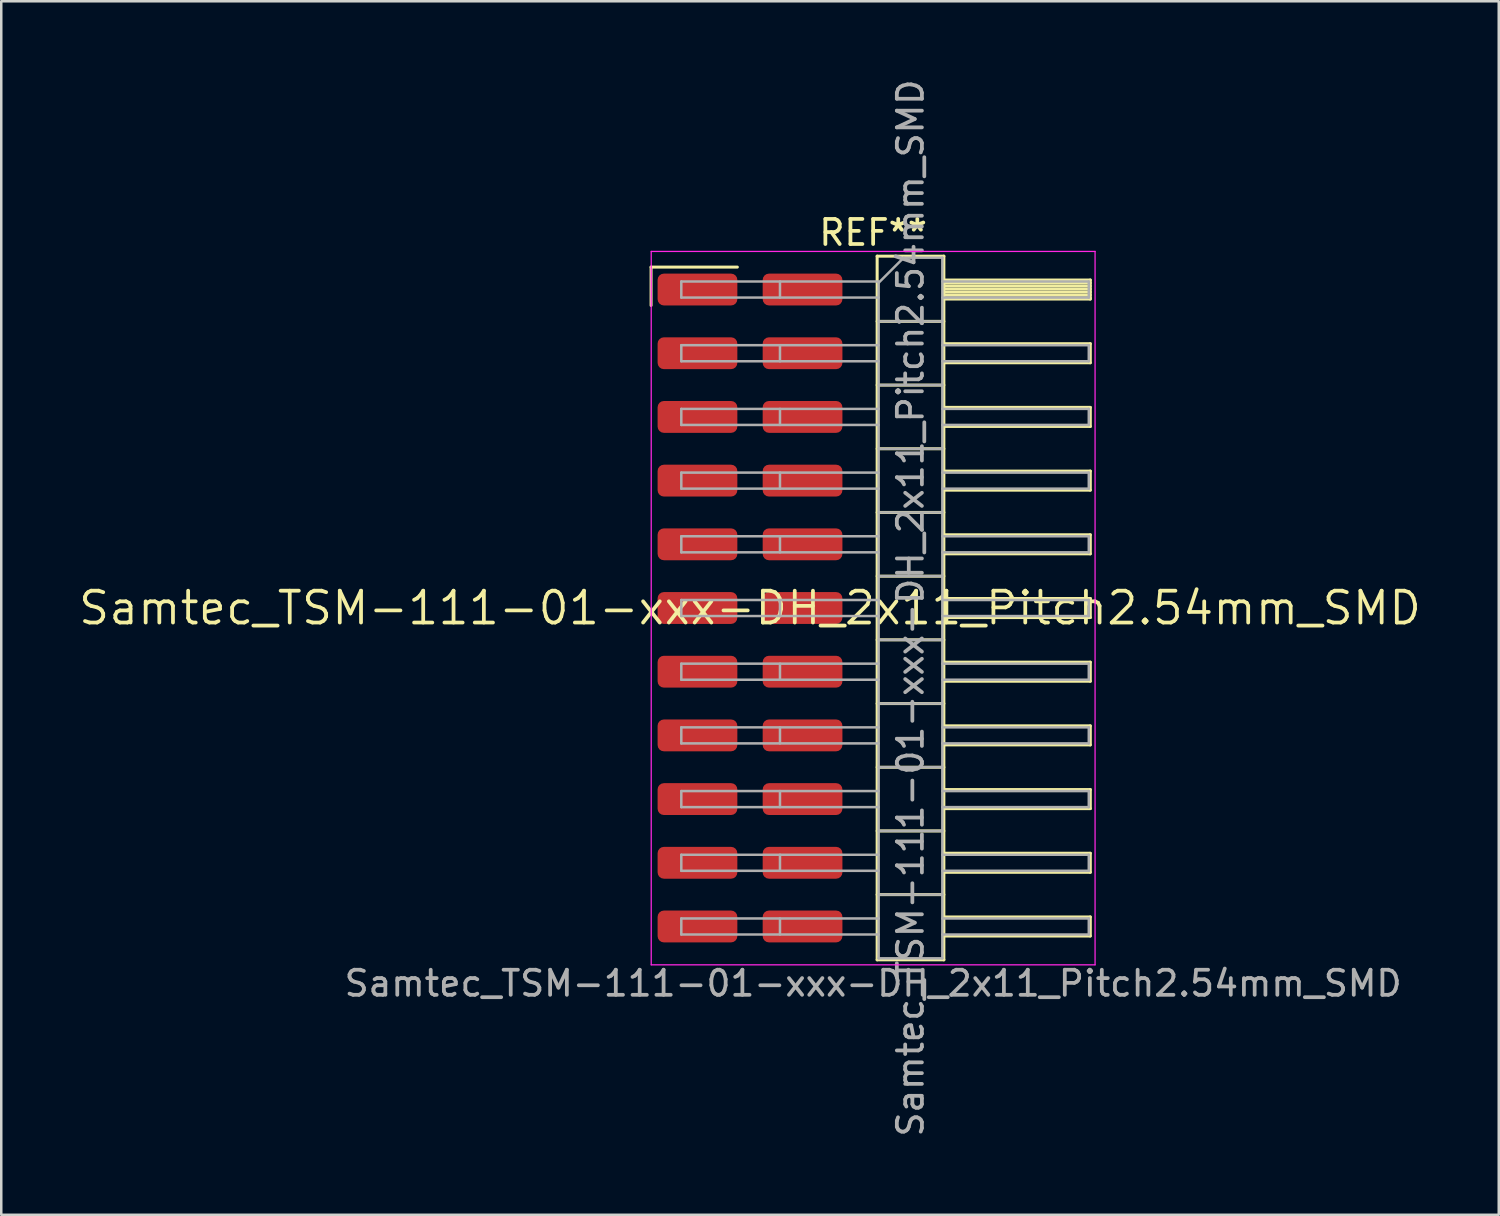
<source format=kicad_pcb>
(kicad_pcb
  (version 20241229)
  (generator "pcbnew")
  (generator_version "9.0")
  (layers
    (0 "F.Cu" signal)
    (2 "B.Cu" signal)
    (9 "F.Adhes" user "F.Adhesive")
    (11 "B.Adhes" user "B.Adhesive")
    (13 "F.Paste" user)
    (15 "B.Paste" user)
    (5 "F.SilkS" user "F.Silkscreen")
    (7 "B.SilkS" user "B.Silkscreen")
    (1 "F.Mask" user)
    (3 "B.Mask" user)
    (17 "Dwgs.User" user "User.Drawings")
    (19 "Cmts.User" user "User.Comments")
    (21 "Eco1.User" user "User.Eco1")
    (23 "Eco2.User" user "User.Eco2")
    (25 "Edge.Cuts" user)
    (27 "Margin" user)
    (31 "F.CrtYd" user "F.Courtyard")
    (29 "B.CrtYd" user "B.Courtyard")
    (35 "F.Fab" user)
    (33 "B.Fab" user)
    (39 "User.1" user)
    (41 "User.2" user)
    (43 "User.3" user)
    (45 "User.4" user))
  (footprint "Samtec_TSM-111-01-xxx-DH_2x11_Pitch2.54mm_SMD"
    (layer "F.Cu")
    (at 26.859 21.196)
    (property "Reference" "Samtec_TSM-111-01-xxx-DH_2x11_Pitch2.54mm_SMD" (at 0 0 0) (layer "F.SilkS") (effects (font (size 1.27 1.27) (thickness 0.15))))
    (attr smd)
    (fp_line (start -3.945 -13.595) (end -0.505 -13.595) (stroke (width 0.12) (type solid)) (layer "F.SilkS"))
    (fp_line (start -3.945 -12.065) (end -3.945 -13.595) (stroke (width 0.12) (type solid)) (layer "F.SilkS"))
    (fp_line (start 5.07 -14.03) (end 7.73 -14.03) (stroke (width 0.12) (type solid)) (layer "F.SilkS"))
    (fp_line (start 5.07 -11.43) (end 7.73 -11.43) (stroke (width 0.12) (type solid)) (layer "F.SilkS"))
    (fp_line (start 5.07 -8.89) (end 7.73 -8.89) (stroke (width 0.12) (type solid)) (layer "F.SilkS"))
    (fp_line (start 5.07 -6.35) (end 7.73 -6.35) (stroke (width 0.12) (type solid)) (layer "F.SilkS"))
    (fp_line (start 5.07 -3.81) (end 7.73 -3.81) (stroke (width 0.12) (type solid)) (layer "F.SilkS"))
    (fp_line (start 5.07 -1.27) (end 7.73 -1.27) (stroke (width 0.12) (type solid)) (layer "F.SilkS"))
    (fp_line (start 5.07 1.27) (end 7.73 1.27) (stroke (width 0.12) (type solid)) (layer "F.SilkS"))
    (fp_line (start 5.07 3.81) (end 7.73 3.81) (stroke (width 0.12) (type solid)) (layer "F.SilkS"))
    (fp_line (start 5.07 6.35) (end 7.73 6.35) (stroke (width 0.12) (type solid)) (layer "F.SilkS"))
    (fp_line (start 5.07 8.89) (end 7.73 8.89) (stroke (width 0.12) (type solid)) (layer "F.SilkS"))
    (fp_line (start 5.07 11.43) (end 7.73 11.43) (stroke (width 0.12) (type solid)) (layer "F.SilkS"))
    (fp_line (start 5.07 14.03) (end 5.07 -14.03) (stroke (width 0.12) (type solid)) (layer "F.SilkS"))
    (fp_line (start 7.73 -14.03) (end 7.73 14.03) (stroke (width 0.12) (type solid)) (layer "F.SilkS"))
    (fp_line (start 7.73 -13.08) (end 13.57 -13.08) (stroke (width 0.12) (type solid)) (layer "F.SilkS"))
    (fp_line (start 7.73 -12.96) (end 13.57 -12.96) (stroke (width 0.12) (type solid)) (layer "F.SilkS"))
    (fp_line (start 7.73 -12.84) (end 13.57 -12.84) (stroke (width 0.12) (type solid)) (layer "F.SilkS"))
    (fp_line (start 7.73 -12.72) (end 13.57 -12.72) (stroke (width 0.12) (type solid)) (layer "F.SilkS"))
    (fp_line (start 7.73 -12.6) (end 13.57 -12.6) (stroke (width 0.12) (type solid)) (layer "F.SilkS"))
    (fp_line (start 7.73 -12.48) (end 13.57 -12.48) (stroke (width 0.12) (type solid)) (layer "F.SilkS"))
    (fp_line (start 7.73 -12.36) (end 13.57 -12.36) (stroke (width 0.12) (type solid)) (layer "F.SilkS"))
    (fp_line (start 7.73 -12.32) (end 13.57 -12.32) (stroke (width 0.12) (type solid)) (layer "F.SilkS"))
    (fp_line (start 7.73 -10.54) (end 13.57 -10.54) (stroke (width 0.12) (type solid)) (layer "F.SilkS"))
    (fp_line (start 7.73 -9.78) (end 13.57 -9.78) (stroke (width 0.12) (type solid)) (layer "F.SilkS"))
    (fp_line (start 7.73 -8) (end 13.57 -8) (stroke (width 0.12) (type solid)) (layer "F.SilkS"))
    (fp_line (start 7.73 -7.24) (end 13.57 -7.24) (stroke (width 0.12) (type solid)) (layer "F.SilkS"))
    (fp_line (start 7.73 -5.46) (end 13.57 -5.46) (stroke (width 0.12) (type solid)) (layer "F.SilkS"))
    (fp_line (start 7.73 -4.7) (end 13.57 -4.7) (stroke (width 0.12) (type solid)) (layer "F.SilkS"))
    (fp_line (start 7.73 -2.92) (end 13.57 -2.92) (stroke (width 0.12) (type solid)) (layer "F.SilkS"))
    (fp_line (start 7.73 -2.16) (end 13.57 -2.16) (stroke (width 0.12) (type solid)) (layer "F.SilkS"))
    (fp_line (start 7.73 -0.38) (end 13.57 -0.38) (stroke (width 0.12) (type solid)) (layer "F.SilkS"))
    (fp_line (start 7.73 0.38) (end 13.57 0.38) (stroke (width 0.12) (type solid)) (layer "F.SilkS"))
    (fp_line (start 7.73 2.16) (end 13.57 2.16) (stroke (width 0.12) (type solid)) (layer "F.SilkS"))
    (fp_line (start 7.73 2.92) (end 13.57 2.92) (stroke (width 0.12) (type solid)) (layer "F.SilkS"))
    (fp_line (start 7.73 4.7) (end 13.57 4.7) (stroke (width 0.12) (type solid)) (layer "F.SilkS"))
    (fp_line (start 7.73 5.46) (end 13.57 5.46) (stroke (width 0.12) (type solid)) (layer "F.SilkS"))
    (fp_line (start 7.73 7.24) (end 13.57 7.24) (stroke (width 0.12) (type solid)) (layer "F.SilkS"))
    (fp_line (start 7.73 8) (end 13.57 8) (stroke (width 0.12) (type solid)) (layer "F.SilkS"))
    (fp_line (start 7.73 9.78) (end 13.57 9.78) (stroke (width 0.12) (type solid)) (layer "F.SilkS"))
    (fp_line (start 7.73 10.54) (end 13.57 10.54) (stroke (width 0.12) (type solid)) (layer "F.SilkS"))
    (fp_line (start 7.73 12.32) (end 13.57 12.32) (stroke (width 0.12) (type solid)) (layer "F.SilkS"))
    (fp_line (start 7.73 13.08) (end 13.57 13.08) (stroke (width 0.12) (type solid)) (layer "F.SilkS"))
    (fp_line (start 7.73 14.03) (end 5.07 14.03) (stroke (width 0.12) (type solid)) (layer "F.SilkS"))
    (fp_line (start 13.57 -13.08) (end 13.57 -12.32) (stroke (width 0.12) (type solid)) (layer "F.SilkS"))
    (fp_line (start 13.57 -10.54) (end 13.57 -9.78) (stroke (width 0.12) (type solid)) (layer "F.SilkS"))
    (fp_line (start 13.57 -8) (end 13.57 -7.24) (stroke (width 0.12) (type solid)) (layer "F.SilkS"))
    (fp_line (start 13.57 -5.46) (end 13.57 -4.7) (stroke (width 0.12) (type solid)) (layer "F.SilkS"))
    (fp_line (start 13.57 -2.92) (end 13.57 -2.16) (stroke (width 0.12) (type solid)) (layer "F.SilkS"))
    (fp_line (start 13.57 -0.38) (end 13.57 0.38) (stroke (width 0.12) (type solid)) (layer "F.SilkS"))
    (fp_line (start 13.57 2.16) (end 13.57 2.92) (stroke (width 0.12) (type solid)) (layer "F.SilkS"))
    (fp_line (start 13.57 4.7) (end 13.57 5.46) (stroke (width 0.12) (type solid)) (layer "F.SilkS"))
    (fp_line (start 13.57 7.24) (end 13.57 8) (stroke (width 0.12) (type solid)) (layer "F.SilkS"))
    (fp_line (start 13.57 9.78) (end 13.57 10.54) (stroke (width 0.12) (type solid)) (layer "F.SilkS"))
    (fp_line (start 13.57 12.32) (end 13.57 13.08) (stroke (width 0.12) (type solid)) (layer "F.SilkS"))
    (fp_line (start -3.94 -14.22) (end 13.76 -14.22) (stroke (width 0.05) (type solid)) (layer "F.CrtYd"))
    (fp_line (start -3.94 14.23) (end -3.94 -14.22) (stroke (width 0.05) (type solid)) (layer "F.CrtYd"))
    (fp_line (start 13.76 -14.22) (end 13.76 14.23) (stroke (width 0.05) (type solid)) (layer "F.CrtYd"))
    (fp_line (start 13.76 14.23) (end -3.94 14.23) (stroke (width 0.05) (type solid)) (layer "F.CrtYd"))
    (fp_line (start -2.74 -13.02) (end -2.74 -12.38) (stroke (width 0.1) (type solid)) (layer "F.Fab"))
    (fp_line (start -2.74 -13.02) (end 5.13 -13.02) (stroke (width 0.1) (type solid)) (layer "F.Fab"))
    (fp_line (start -2.74 -12.38) (end 5.13 -12.38) (stroke (width 0.1) (type solid)) (layer "F.Fab"))
    (fp_line (start -2.74 -10.48) (end -2.74 -9.84) (stroke (width 0.1) (type solid)) (layer "F.Fab"))
    (fp_line (start -2.74 -10.48) (end 5.13 -10.48) (stroke (width 0.1) (type solid)) (layer "F.Fab"))
    (fp_line (start -2.74 -9.84) (end 5.13 -9.84) (stroke (width 0.1) (type solid)) (layer "F.Fab"))
    (fp_line (start -2.74 -7.94) (end -2.74 -7.3) (stroke (width 0.1) (type solid)) (layer "F.Fab"))
    (fp_line (start -2.74 -7.94) (end 5.13 -7.94) (stroke (width 0.1) (type solid)) (layer "F.Fab"))
    (fp_line (start -2.74 -7.3) (end 5.13 -7.3) (stroke (width 0.1) (type solid)) (layer "F.Fab"))
    (fp_line (start -2.74 -5.4) (end -2.74 -4.76) (stroke (width 0.1) (type solid)) (layer "F.Fab"))
    (fp_line (start -2.74 -5.4) (end 5.13 -5.4) (stroke (width 0.1) (type solid)) (layer "F.Fab"))
    (fp_line (start -2.74 -4.76) (end 5.13 -4.76) (stroke (width 0.1) (type solid)) (layer "F.Fab"))
    (fp_line (start -2.74 -2.86) (end -2.74 -2.22) (stroke (width 0.1) (type solid)) (layer "F.Fab"))
    (fp_line (start -2.74 -2.86) (end 5.13 -2.86) (stroke (width 0.1) (type solid)) (layer "F.Fab"))
    (fp_line (start -2.74 -2.22) (end 5.13 -2.22) (stroke (width 0.1) (type solid)) (layer "F.Fab"))
    (fp_line (start -2.74 -0.32) (end -2.74 0.32) (stroke (width 0.1) (type solid)) (layer "F.Fab"))
    (fp_line (start -2.74 -0.32) (end 5.13 -0.32) (stroke (width 0.1) (type solid)) (layer "F.Fab"))
    (fp_line (start -2.74 0.32) (end 5.13 0.32) (stroke (width 0.1) (type solid)) (layer "F.Fab"))
    (fp_line (start -2.74 2.22) (end -2.74 2.86) (stroke (width 0.1) (type solid)) (layer "F.Fab"))
    (fp_line (start -2.74 2.22) (end 5.13 2.22) (stroke (width 0.1) (type solid)) (layer "F.Fab"))
    (fp_line (start -2.74 2.86) (end 5.13 2.86) (stroke (width 0.1) (type solid)) (layer "F.Fab"))
    (fp_line (start -2.74 4.76) (end -2.74 5.4) (stroke (width 0.1) (type solid)) (layer "F.Fab"))
    (fp_line (start -2.74 4.76) (end 5.13 4.76) (stroke (width 0.1) (type solid)) (layer "F.Fab"))
    (fp_line (start -2.74 5.4) (end 5.13 5.4) (stroke (width 0.1) (type solid)) (layer "F.Fab"))
    (fp_line (start -2.74 7.3) (end -2.74 7.94) (stroke (width 0.1) (type solid)) (layer "F.Fab"))
    (fp_line (start -2.74 7.3) (end 5.13 7.3) (stroke (width 0.1) (type solid)) (layer "F.Fab"))
    (fp_line (start -2.74 7.94) (end 5.13 7.94) (stroke (width 0.1) (type solid)) (layer "F.Fab"))
    (fp_line (start -2.74 9.84) (end -2.74 10.48) (stroke (width 0.1) (type solid)) (layer "F.Fab"))
    (fp_line (start -2.74 9.84) (end 5.13 9.84) (stroke (width 0.1) (type solid)) (layer "F.Fab"))
    (fp_line (start -2.74 10.48) (end 5.13 10.48) (stroke (width 0.1) (type solid)) (layer "F.Fab"))
    (fp_line (start -2.74 12.38) (end -2.74 13.02) (stroke (width 0.1) (type solid)) (layer "F.Fab"))
    (fp_line (start -2.74 12.38) (end 5.13 12.38) (stroke (width 0.1) (type solid)) (layer "F.Fab"))
    (fp_line (start -2.74 13.02) (end 5.13 13.02) (stroke (width 0.1) (type solid)) (layer "F.Fab"))
    (fp_line (start 1.195 -13.02) (end 1.195 -12.38) (stroke (width 0.1) (type solid)) (layer "F.Fab"))
    (fp_line (start 1.195 -10.48) (end 1.195 -9.84) (stroke (width 0.1) (type solid)) (layer "F.Fab"))
    (fp_line (start 1.195 -7.94) (end 1.195 -7.3) (stroke (width 0.1) (type solid)) (layer "F.Fab"))
    (fp_line (start 1.195 -5.4) (end 1.195 -4.76) (stroke (width 0.1) (type solid)) (layer "F.Fab"))
    (fp_line (start 1.195 -2.86) (end 1.195 -2.22) (stroke (width 0.1) (type solid)) (layer "F.Fab"))
    (fp_line (start 1.195 -0.32) (end 1.195 0.32) (stroke (width 0.1) (type solid)) (layer "F.Fab"))
    (fp_line (start 1.195 2.22) (end 1.195 2.86) (stroke (width 0.1) (type solid)) (layer "F.Fab"))
    (fp_line (start 1.195 4.76) (end 1.195 5.4) (stroke (width 0.1) (type solid)) (layer "F.Fab"))
    (fp_line (start 1.195 7.3) (end 1.195 7.94) (stroke (width 0.1) (type solid)) (layer "F.Fab"))
    (fp_line (start 1.195 9.84) (end 1.195 10.48) (stroke (width 0.1) (type solid)) (layer "F.Fab"))
    (fp_line (start 1.195 12.38) (end 1.195 13.02) (stroke (width 0.1) (type solid)) (layer "F.Fab"))
    (fp_line (start 5.13 -12.97) (end 6.13 -13.97) (stroke (width 0.1) (type solid)) (layer "F.Fab"))
    (fp_line (start 5.13 -11.43) (end 7.67 -11.43) (stroke (width 0.1) (type solid)) (layer "F.Fab"))
    (fp_line (start 5.13 -8.89) (end 7.67 -8.89) (stroke (width 0.1) (type solid)) (layer "F.Fab"))
    (fp_line (start 5.13 -6.35) (end 7.67 -6.35) (stroke (width 0.1) (type solid)) (layer "F.Fab"))
    (fp_line (start 5.13 -3.81) (end 7.67 -3.81) (stroke (width 0.1) (type solid)) (layer "F.Fab"))
    (fp_line (start 5.13 -1.27) (end 7.67 -1.27) (stroke (width 0.1) (type solid)) (layer "F.Fab"))
    (fp_line (start 5.13 1.27) (end 7.67 1.27) (stroke (width 0.1) (type solid)) (layer "F.Fab"))
    (fp_line (start 5.13 3.81) (end 7.67 3.81) (stroke (width 0.1) (type solid)) (layer "F.Fab"))
    (fp_line (start 5.13 6.35) (end 7.67 6.35) (stroke (width 0.1) (type solid)) (layer "F.Fab"))
    (fp_line (start 5.13 8.89) (end 7.67 8.89) (stroke (width 0.1) (type solid)) (layer "F.Fab"))
    (fp_line (start 5.13 11.43) (end 7.67 11.43) (stroke (width 0.1) (type solid)) (layer "F.Fab"))
    (fp_line (start 5.13 13.97) (end 5.13 -12.97) (stroke (width 0.1) (type solid)) (layer "F.Fab"))
    (fp_line (start 6.13 -13.97) (end 7.67 -13.97) (stroke (width 0.1) (type solid)) (layer "F.Fab"))
    (fp_line (start 7.67 -13.97) (end 7.67 13.97) (stroke (width 0.1) (type solid)) (layer "F.Fab"))
    (fp_line (start 7.67 -13.02) (end 13.51 -13.02) (stroke (width 0.1) (type solid)) (layer "F.Fab"))
    (fp_line (start 7.67 -12.38) (end 13.51 -12.38) (stroke (width 0.1) (type solid)) (layer "F.Fab"))
    (fp_line (start 7.67 -10.48) (end 13.51 -10.48) (stroke (width 0.1) (type solid)) (layer "F.Fab"))
    (fp_line (start 7.67 -9.84) (end 13.51 -9.84) (stroke (width 0.1) (type solid)) (layer "F.Fab"))
    (fp_line (start 7.67 -7.94) (end 13.51 -7.94) (stroke (width 0.1) (type solid)) (layer "F.Fab"))
    (fp_line (start 7.67 -7.3) (end 13.51 -7.3) (stroke (width 0.1) (type solid)) (layer "F.Fab"))
    (fp_line (start 7.67 -5.4) (end 13.51 -5.4) (stroke (width 0.1) (type solid)) (layer "F.Fab"))
    (fp_line (start 7.67 -4.76) (end 13.51 -4.76) (stroke (width 0.1) (type solid)) (layer "F.Fab"))
    (fp_line (start 7.67 -2.86) (end 13.51 -2.86) (stroke (width 0.1) (type solid)) (layer "F.Fab"))
    (fp_line (start 7.67 -2.22) (end 13.51 -2.22) (stroke (width 0.1) (type solid)) (layer "F.Fab"))
    (fp_line (start 7.67 -0.32) (end 13.51 -0.32) (stroke (width 0.1) (type solid)) (layer "F.Fab"))
    (fp_line (start 7.67 0.32) (end 13.51 0.32) (stroke (width 0.1) (type solid)) (layer "F.Fab"))
    (fp_line (start 7.67 2.22) (end 13.51 2.22) (stroke (width 0.1) (type solid)) (layer "F.Fab"))
    (fp_line (start 7.67 2.86) (end 13.51 2.86) (stroke (width 0.1) (type solid)) (layer "F.Fab"))
    (fp_line (start 7.67 4.76) (end 13.51 4.76) (stroke (width 0.1) (type solid)) (layer "F.Fab"))
    (fp_line (start 7.67 5.4) (end 13.51 5.4) (stroke (width 0.1) (type solid)) (layer "F.Fab"))
    (fp_line (start 7.67 7.3) (end 13.51 7.3) (stroke (width 0.1) (type solid)) (layer "F.Fab"))
    (fp_line (start 7.67 7.94) (end 13.51 7.94) (stroke (width 0.1) (type solid)) (layer "F.Fab"))
    (fp_line (start 7.67 9.84) (end 13.51 9.84) (stroke (width 0.1) (type solid)) (layer "F.Fab"))
    (fp_line (start 7.67 10.48) (end 13.51 10.48) (stroke (width 0.1) (type solid)) (layer "F.Fab"))
    (fp_line (start 7.67 12.38) (end 13.51 12.38) (stroke (width 0.1) (type solid)) (layer "F.Fab"))
    (fp_line (start 7.67 13.02) (end 13.51 13.02) (stroke (width 0.1) (type solid)) (layer "F.Fab"))
    (fp_line (start 7.67 13.97) (end 5.13 13.97) (stroke (width 0.1) (type solid)) (layer "F.Fab"))
    (fp_line (start 13.51 -13.02) (end 13.51 -12.38) (stroke (width 0.1) (type solid)) (layer "F.Fab"))
    (fp_line (start 13.51 -10.48) (end 13.51 -9.84) (stroke (width 0.1) (type solid)) (layer "F.Fab"))
    (fp_line (start 13.51 -7.94) (end 13.51 -7.3) (stroke (width 0.1) (type solid)) (layer "F.Fab"))
    (fp_line (start 13.51 -5.4) (end 13.51 -4.76) (stroke (width 0.1) (type solid)) (layer "F.Fab"))
    (fp_line (start 13.51 -2.86) (end 13.51 -2.22) (stroke (width 0.1) (type solid)) (layer "F.Fab"))
    (fp_line (start 13.51 -0.32) (end 13.51 0.32) (stroke (width 0.1) (type solid)) (layer "F.Fab"))
    (fp_line (start 13.51 2.22) (end 13.51 2.86) (stroke (width 0.1) (type solid)) (layer "F.Fab"))
    (fp_line (start 13.51 4.76) (end 13.51 5.4) (stroke (width 0.1) (type solid)) (layer "F.Fab"))
    (fp_line (start 13.51 7.3) (end 13.51 7.94) (stroke (width 0.1) (type solid)) (layer "F.Fab"))
    (fp_line (start 13.51 9.84) (end 13.51 10.48) (stroke (width 0.1) (type solid)) (layer "F.Fab"))
    (fp_line (start 13.51 12.38) (end 13.51 13.02) (stroke (width 0.1) (type solid)) (layer "F.Fab"))
    (fp_text user "REF**" (at 4.91 -14.97 0) (layer "F.SilkS") (effects (font (size 1 1) (thickness 0.15))))
    (fp_text user "Samtec_TSM-111-01-xxx-DH_2x11_Pitch2.54mm_SMD" (at 4.91 14.97 0) (layer "F.Fab") (effects (font (size 1 1) (thickness 0.15))))
    (fp_text user "${REFERENCE}" (at 6.4 0 90) (layer "F.Fab") (effects (font (size 1 1) (thickness 0.15))))
    (pad "1" smd roundrect (at -2.095 -12.7) (size 3.18 1.27) (layers "F.Cu" "F.Mask" "F.Paste") (roundrect_rratio 0.197))
    (pad "2" smd roundrect (at 2.095 -12.7) (size 3.18 1.27) (layers "F.Cu" "F.Mask" "F.Paste") (roundrect_rratio 0.197))
    (pad "3" smd roundrect (at -2.095 -10.16) (size 3.18 1.27) (layers "F.Cu" "F.Mask" "F.Paste") (roundrect_rratio 0.197))
    (pad "4" smd roundrect (at 2.095 -10.16) (size 3.18 1.27) (layers "F.Cu" "F.Mask" "F.Paste") (roundrect_rratio 0.197))
    (pad "5" smd roundrect (at -2.095 -7.62) (size 3.18 1.27) (layers "F.Cu" "F.Mask" "F.Paste") (roundrect_rratio 0.197))
    (pad "6" smd roundrect (at 2.095 -7.62) (size 3.18 1.27) (layers "F.Cu" "F.Mask" "F.Paste") (roundrect_rratio 0.197))
    (pad "7" smd roundrect (at -2.095 -5.08) (size 3.18 1.27) (layers "F.Cu" "F.Mask" "F.Paste") (roundrect_rratio 0.197))
    (pad "8" smd roundrect (at 2.095 -5.08) (size 3.18 1.27) (layers "F.Cu" "F.Mask" "F.Paste") (roundrect_rratio 0.197))
    (pad "9" smd roundrect (at -2.095 -2.54) (size 3.18 1.27) (layers "F.Cu" "F.Mask" "F.Paste") (roundrect_rratio 0.197))
    (pad "10" smd roundrect (at 2.095 -2.54) (size 3.18 1.27) (layers "F.Cu" "F.Mask" "F.Paste") (roundrect_rratio 0.197))
    (pad "11" smd roundrect (at -2.095 0) (size 3.18 1.27) (layers "F.Cu" "F.Mask" "F.Paste") (roundrect_rratio 0.197))
    (pad "12" smd roundrect (at 2.095 0) (size 3.18 1.27) (layers "F.Cu" "F.Mask" "F.Paste") (roundrect_rratio 0.197))
    (pad "13" smd roundrect (at -2.095 2.54) (size 3.18 1.27) (layers "F.Cu" "F.Mask" "F.Paste") (roundrect_rratio 0.197))
    (pad "14" smd roundrect (at 2.095 2.54) (size 3.18 1.27) (layers "F.Cu" "F.Mask" "F.Paste") (roundrect_rratio 0.197))
    (pad "15" smd roundrect (at -2.095 5.08) (size 3.18 1.27) (layers "F.Cu" "F.Mask" "F.Paste") (roundrect_rratio 0.197))
    (pad "16" smd roundrect (at 2.095 5.08) (size 3.18 1.27) (layers "F.Cu" "F.Mask" "F.Paste") (roundrect_rratio 0.197))
    (pad "17" smd roundrect (at -2.095 7.62) (size 3.18 1.27) (layers "F.Cu" "F.Mask" "F.Paste") (roundrect_rratio 0.197))
    (pad "18" smd roundrect (at 2.095 7.62) (size 3.18 1.27) (layers "F.Cu" "F.Mask" "F.Paste") (roundrect_rratio 0.197))
    (pad "19" smd roundrect (at -2.095 10.16) (size 3.18 1.27) (layers "F.Cu" "F.Mask" "F.Paste") (roundrect_rratio 0.197))
    (pad "20" smd roundrect (at 2.095 10.16) (size 3.18 1.27) (layers "F.Cu" "F.Mask" "F.Paste") (roundrect_rratio 0.197))
    (pad "21" smd roundrect (at -2.095 12.7) (size 3.18 1.27) (layers "F.Cu" "F.Mask" "F.Paste") (roundrect_rratio 0.197))
    (pad "22" smd roundrect (at 2.095 12.7) (size 3.18 1.27) (layers "F.Cu" "F.Mask" "F.Paste") (roundrect_rratio 0.197)))
  (gr_rect
    (start -3 -3)
    (end 56.717 45.393)
    (stroke (width 0.1) (type default))
    (fill no)
    (layer "Edge.Cuts")))
</source>
